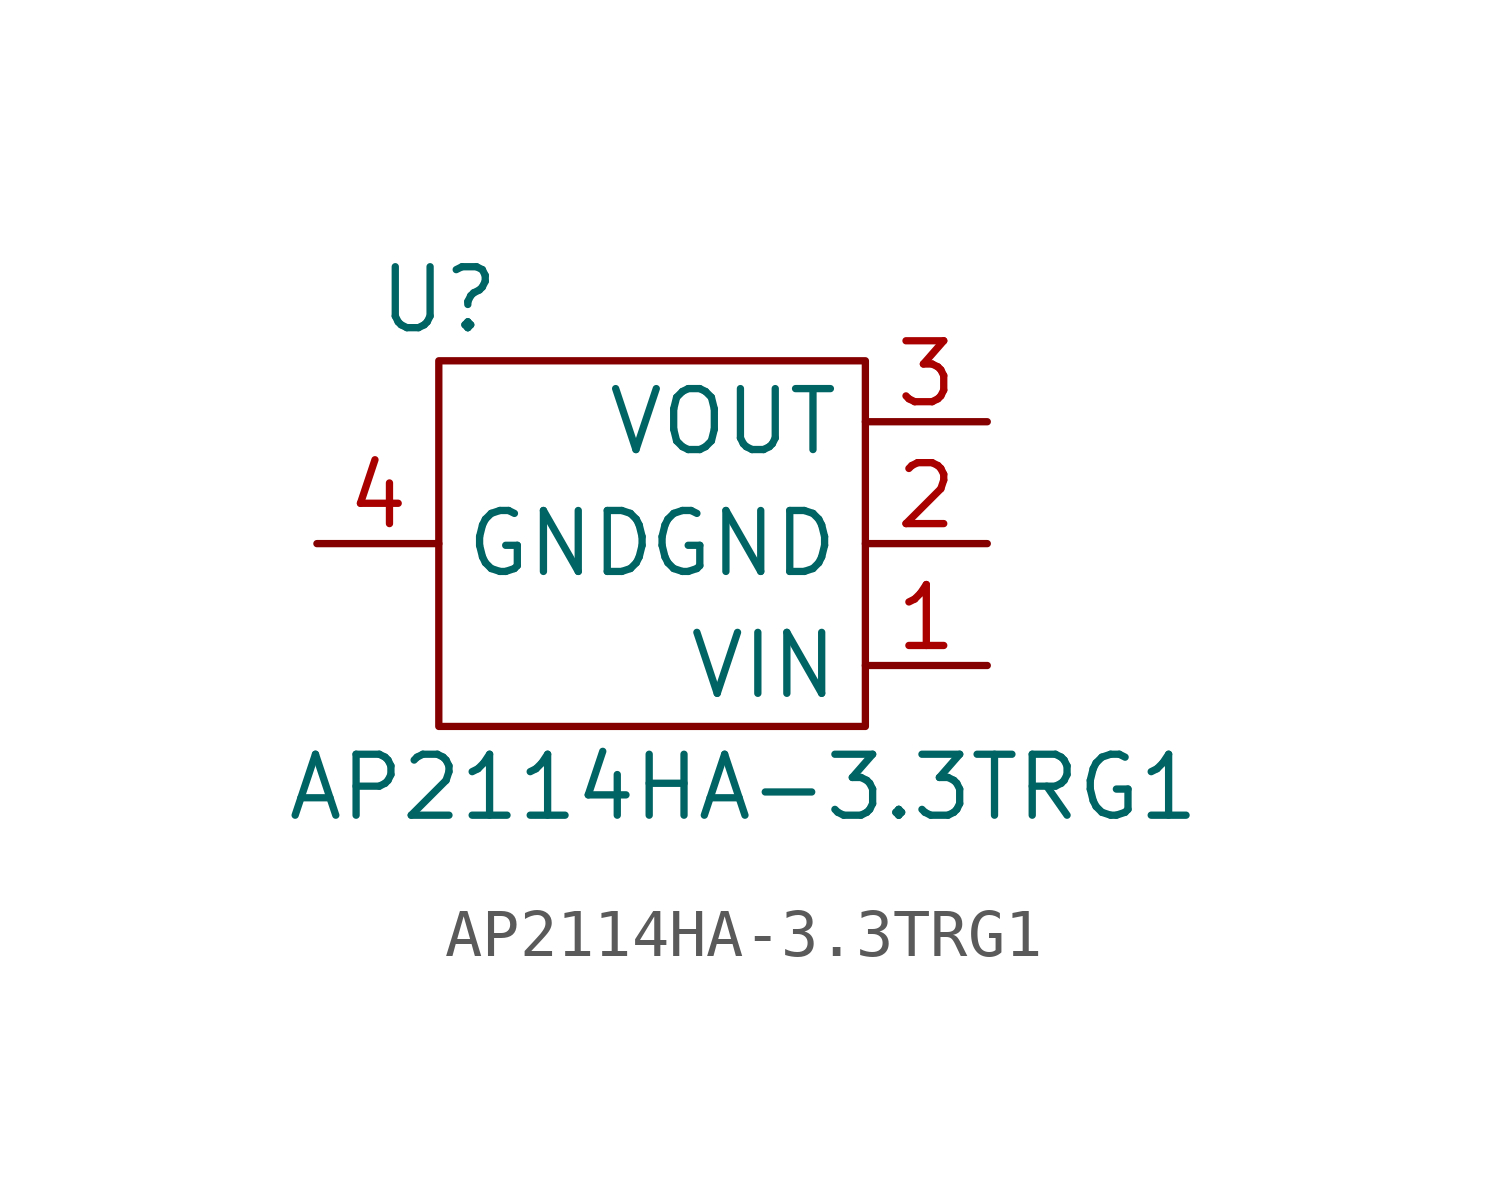
<source format=kicad_sym>
(kicad_symbol_lib
  (version 20211014)
  (generator kicad_symbol_editor)
  (symbol "AP2114HA-3.3TRG1"
    (property "Reference" "U"
      (at -6.35 0 0)
      (effects (font (size 1.27 1.27))))
    (property "Value" "AP2114HA-3.3TRG1"
      (at 0 -10.16 0)
      (effects (font (size 1.27 1.27))))
    (symbol "AP2114HA-3.3TRG1_0_1"
      (rectangle (start -6.35 -1.27) (end 2.54 -8.89) (stroke (width 0) (type default) (color 0 0 0 0)) (fill (type none))))
    (symbol "AP2114HA-3.3TRG1_1_1"
      (pin bidirectional line (at 5.08 -7.62 180) (length 2.54) (name "VIN" (effects (font (size 1.27 1.27)))) (number "1" (effects (font (size 1.27 1.27)))))
      (pin bidirectional line (at 5.08 -5.08 180) (length 2.54) (name "GND" (effects (font (size 1.27 1.27)))) (number "2" (effects (font (size 1.27 1.27)))))
      (pin bidirectional line (at 5.08 -2.54 180) (length 2.54) (name "VOUT" (effects (font (size 1.27 1.27)))) (number "3" (effects (font (size 1.27 1.27)))))
      (pin bidirectional line (at -8.89 -5.08 0) (length 2.54) (name "GND" (effects (font (size 1.27 1.27)))) (number "4" (effects (font (size 1.27 1.27))))))))
</source>
